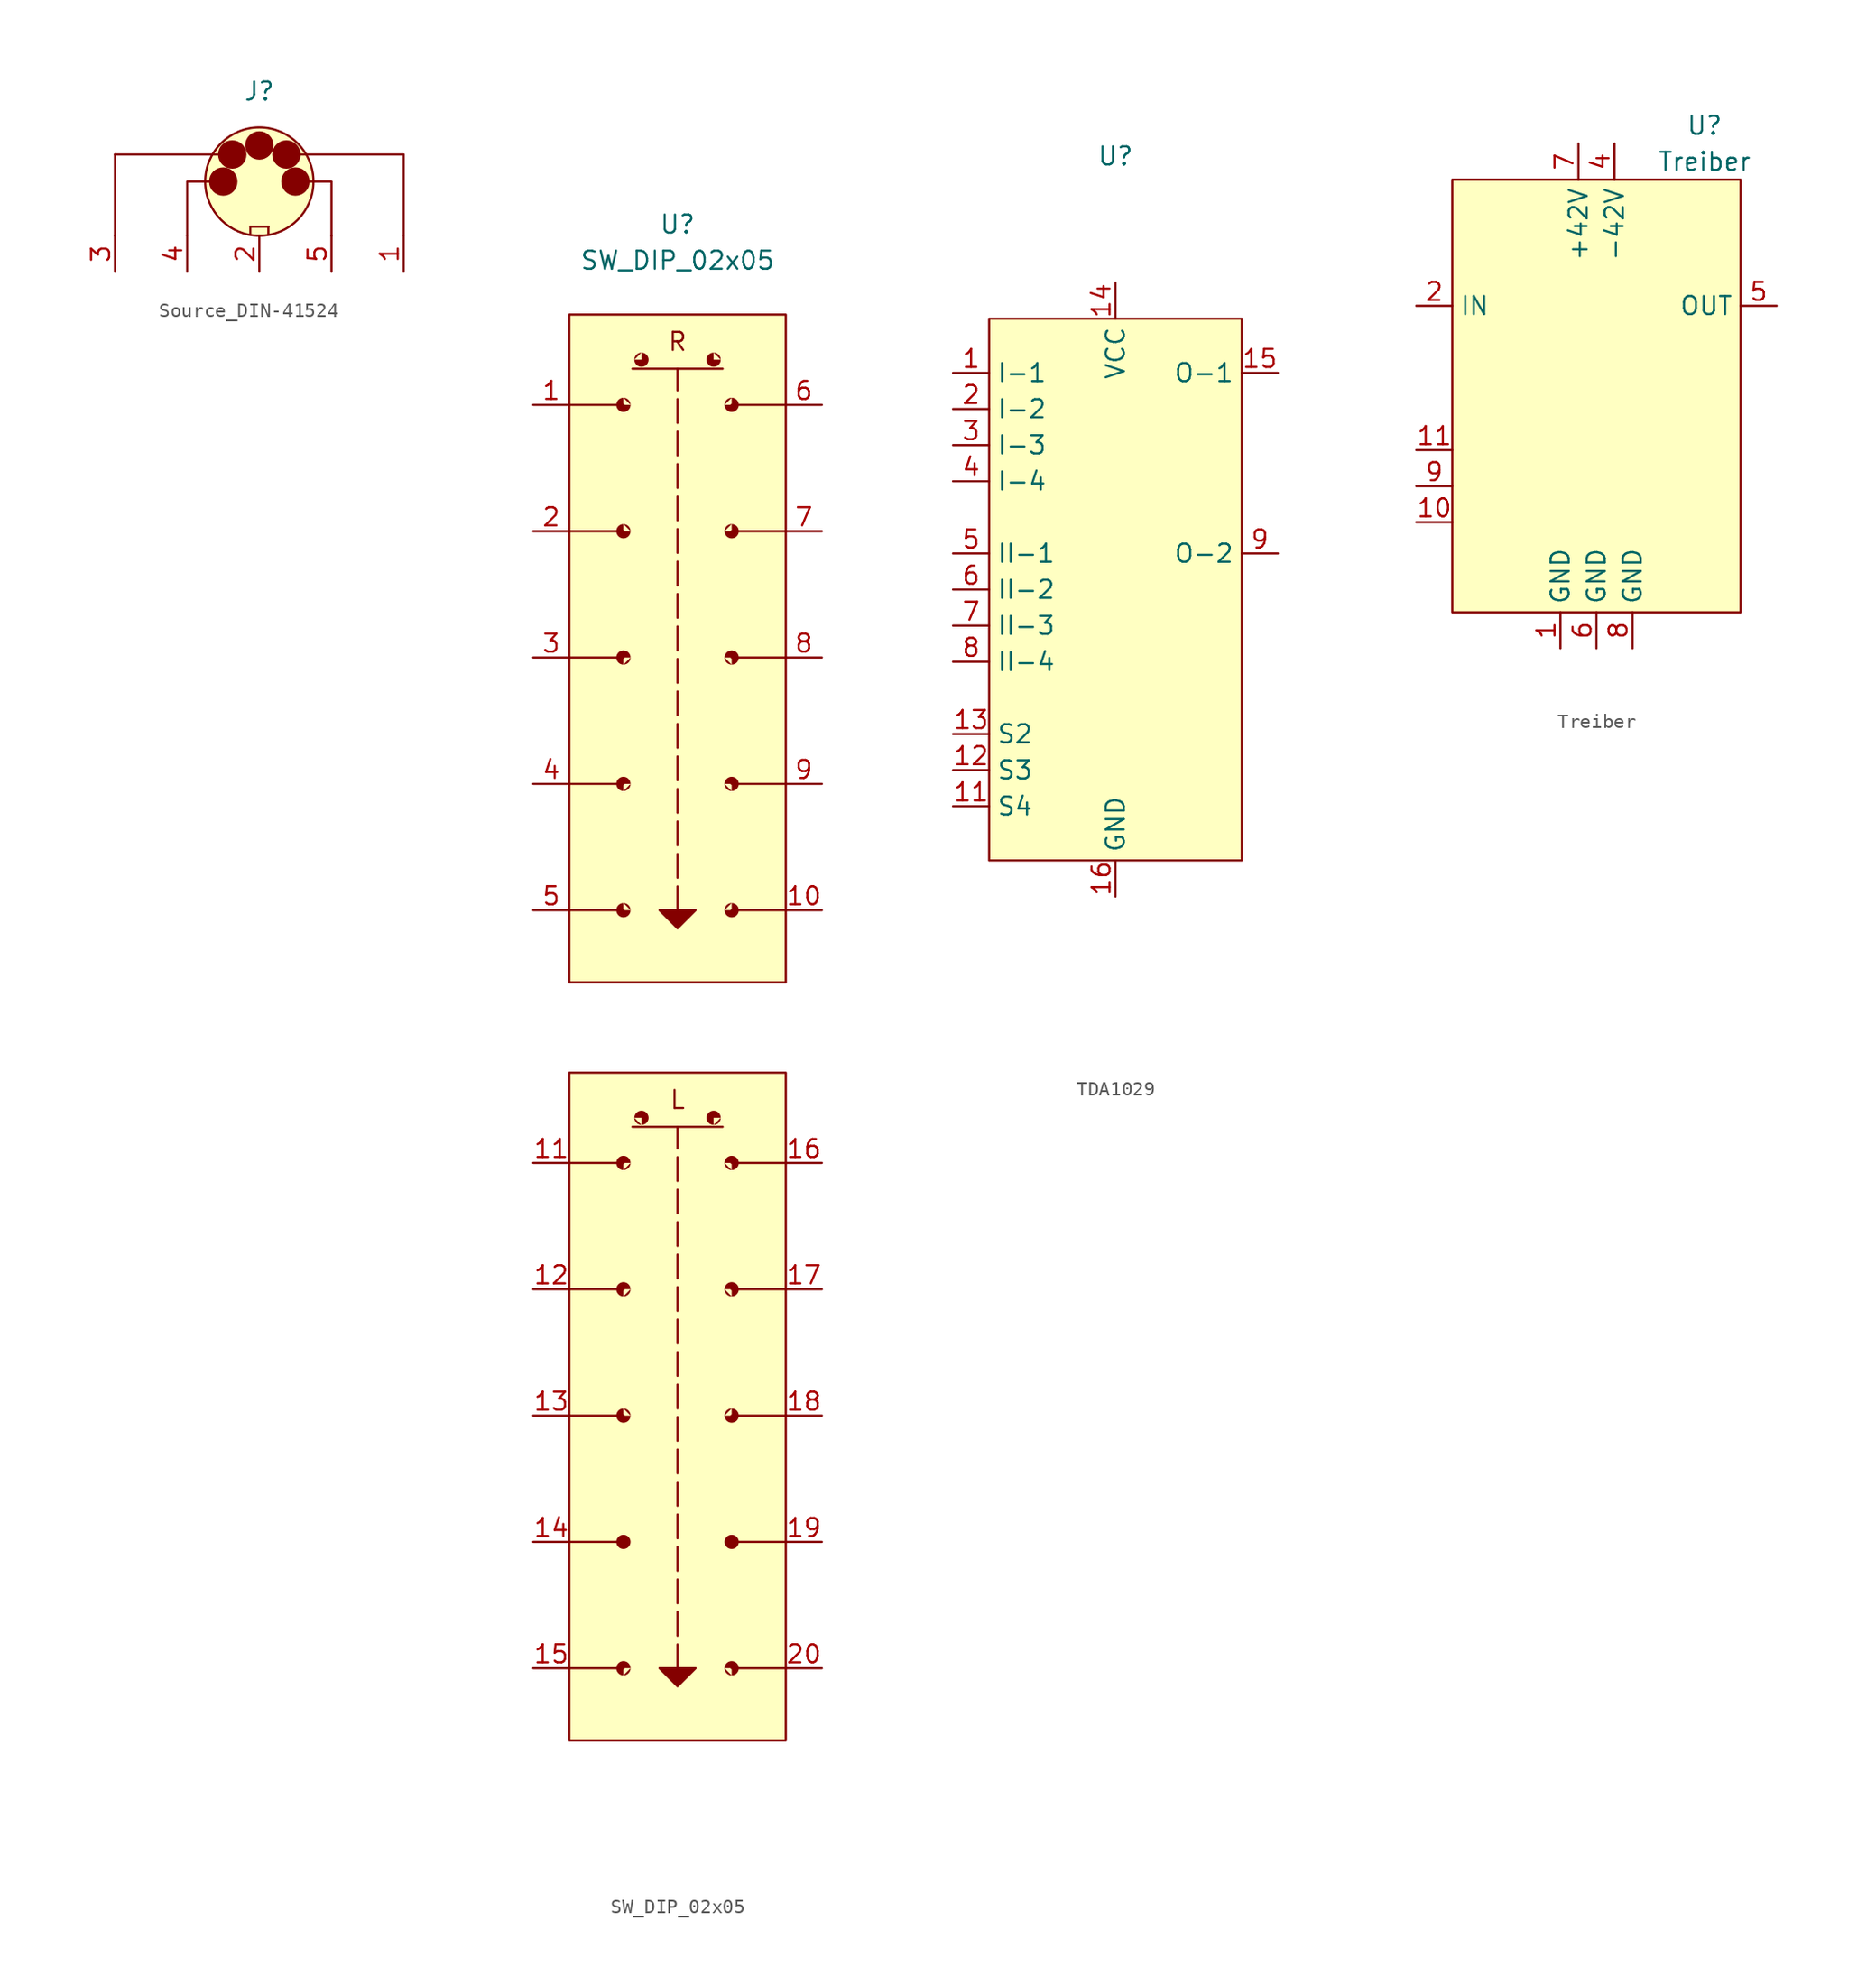
<source format=kicad_sym>
(kicad_symbol_lib
  (version 20220914)
  (generator kicad_symbol_editor)
  (symbol "Source_DIN-41524"
    (property "Reference" "J"
      (at 0 12.7 0)
      (effects (font (size 1.27 1.27))))
    (property "Value" ""
      (at 0 0 0)
      (effects (font (size 1.27 1.27))))
    (symbol "Source_DIN-41524_1_1"
      (circle (center -2.54 6.35) (radius 0.0001) (stroke (width 1) (type default)) (fill (type background)))
      (circle (center -1.905 8.255) (radius 0.0001) (stroke (width 1) (type default)) (fill (type background)))
      (polyline (pts (xy -10.16 2.54) (xy -10.16 8.255)) (stroke (width 0) (type default)) (fill (type none)))
      (polyline (pts (xy -1.905 8.255) (xy -10.16 8.255)) (stroke (width 0) (type default)) (fill (type none)))
      (polyline (pts (xy -0.635 3.175) (xy -0.635 2.667)) (stroke (width 0) (type default)) (fill (type none)))
      (polyline (pts (xy -0.635 3.175) (xy 0.635 3.175)) (stroke (width 0) (type default)) (fill (type none)))
      (polyline (pts (xy 0.635 3.175) (xy 0.635 2.667)) (stroke (width 0) (type default)) (fill (type none)))
      (polyline (pts (xy 0.635 3.175) (xy 0.635 3.175)) (stroke (width 0) (type default)) (fill (type none)))
      (polyline (pts (xy -5.08 2.54) (xy -5.08 6.35) (xy -2.54 6.35)) (stroke (width 0) (type default)) (fill (type none)))
      (polyline (pts (xy 5.08 2.54) (xy 5.08 6.35) (xy 2.54 6.35)) (stroke (width 0) (type default)) (fill (type none)))
      (polyline (pts (xy 10.16 2.54) (xy 10.16 8.255) (xy 1.905 8.255)) (stroke (width 0) (type default)) (fill (type none)))
      (circle (center 0 6.35) (radius 3.81) (stroke (width 0) (type default)) (fill (type background)))
      (circle (center 0 8.89) (radius 0.0001) (stroke (width 1) (type default)) (fill (type background)))
      (circle (center 1.905 8.255) (radius 0.0001) (stroke (width 1) (type default)) (fill (type background)))
      (circle (center 2.54 6.35) (radius 0.0001) (stroke (width 1) (type default)) (fill (type background)))
      (pin input line (at 10.16 0 90) (length 2.54) (name "" (effects (font (size 1.27 1.27)))) (number "1" (effects (font (size 1.27 1.27)))))
      (pin passive line (at 0 0 90) (length 2.54) (name "" (effects (font (size 1.27 1.27)))) (number "2" (effects (font (size 1.27 1.27)))))
      (pin output line (at -10.16 0 90) (length 2.54) (name "" (effects (font (size 1.27 1.27)))) (number "3" (effects (font (size 1.27 1.27)))))
      (pin output line (at -5.08 0 90) (length 2.54) (name "" (effects (font (size 1.27 1.27)))) (number "4" (effects (font (size 1.27 1.27)))))
      (pin input line (at 5.08 0 90) (length 2.54) (name "" (effects (font (size 1.27 1.27)))) (number "5" (effects (font (size 1.27 1.27)))))))
  (symbol "SW_DIP_02x05"
    (property "Reference" "U"
      (at -2.54 29.21 0)
      (effects (font (size 1.27 1.27))))
    (property "Value" "SW_DIP_02x05"
      (at -2.54 26.67 0)
      (effects (font (size 1.27 1.27))))
    (symbol "SW_DIP_02x05_1_1"
      (rectangle (start -10.16 -30.48) (end 5.08 -77.47) (stroke (width 0) (type default)) (fill (type background)))
      (rectangle (start -10.16 22.86) (end 5.08 -24.13) (stroke (width 0) (type default)) (fill (type background)))
      (circle (center -6.35 -72.39) (radius 0.0001) (stroke (width 1) (type default)) (fill (type outline)))
      (circle (center -6.35 -63.5) (radius 0.0001) (stroke (width 1) (type default)) (fill (type outline)))
      (circle (center -6.35 -54.61) (radius 0.0001) (stroke (width 1) (type default)) (fill (type outline)))
      (circle (center -6.35 -45.72) (radius 0.0001) (stroke (width 1) (type default)) (fill (type outline)))
      (circle (center -6.35 -36.83) (radius 0.0001) (stroke (width 1) (type default)) (fill (type outline)))
      (circle (center -6.35 -19.05) (radius 0.0001) (stroke (width 1) (type default)) (fill (type outline)))
      (circle (center -6.35 -10.16) (radius 0.0001) (stroke (width 1) (type default)) (fill (type outline)))
      (circle (center -6.35 -1.27) (radius 0.0001) (stroke (width 1) (type default)) (fill (type outline)))
      (circle (center -6.35 7.62) (radius 0.0001) (stroke (width 1) (type default)) (fill (type outline)))
      (circle (center -6.35 16.51) (radius 0.0001) (stroke (width 1) (type default)) (fill (type outline)))
      (circle (center -5.08 -33.655) (radius 0.0001) (stroke (width 1) (type default)) (fill (type outline)))
      (circle (center -5.08 19.685) (radius 0.0001) (stroke (width 1) (type default)) (fill (type outline)))
      (circle (center 0 -33.655) (radius 0.0001) (stroke (width 1) (type default)) (fill (type outline)))
      (polyline (pts (xy -10.16 -72.39) (xy -6.35 -72.39)) (stroke (width 0) (type default)) (fill (type none)))
      (polyline (pts (xy -10.16 -63.5) (xy -6.35 -63.5)) (stroke (width 0) (type default)) (fill (type none)))
      (polyline (pts (xy -10.16 -54.61) (xy -6.35 -54.61)) (stroke (width 0) (type default)) (fill (type none)))
      (polyline (pts (xy -10.16 -45.72) (xy -6.35 -45.72)) (stroke (width 0) (type default)) (fill (type none)))
      (polyline (pts (xy -10.16 -36.83) (xy -6.35 -36.83)) (stroke (width 0) (type default)) (fill (type none)))
      (polyline (pts (xy -10.16 -19.05) (xy -6.35 -19.05)) (stroke (width 0) (type default)) (fill (type none)))
      (polyline (pts (xy -10.16 -10.16) (xy -6.35 -10.16)) (stroke (width 0) (type default)) (fill (type none)))
      (polyline (pts (xy -10.16 -1.27) (xy -6.35 -1.27)) (stroke (width 0) (type default)) (fill (type none)))
      (polyline (pts (xy -10.16 7.62) (xy -6.35 7.62)) (stroke (width 0) (type default)) (fill (type none)))
      (polyline (pts (xy -10.16 16.51) (xy -6.35 16.51)) (stroke (width 0) (type default)) (fill (type none)))
      (polyline (pts (xy -5.715 -34.29) (xy 0.635 -34.29)) (stroke (width 0) (type default)) (fill (type none)))
      (polyline (pts (xy -5.715 19.05) (xy 0.635 19.05)) (stroke (width 0) (type default)) (fill (type none)))
      (polyline (pts (xy -2.54 -72.39) (xy -2.54 -34.29)) (stroke (width 0) (type dash)) (fill (type none)))
      (polyline (pts (xy -2.54 -19.05) (xy -2.54 19.05)) (stroke (width 0) (type dash)) (fill (type none)))
      (polyline (pts (xy 5.08 -72.39) (xy 1.27 -72.39)) (stroke (width 0) (type default)) (fill (type none)))
      (polyline (pts (xy 5.08 -63.5) (xy 1.27 -63.5)) (stroke (width 0) (type default)) (fill (type none)))
      (polyline (pts (xy 5.08 -54.61) (xy 1.27 -54.61)) (stroke (width 0) (type default)) (fill (type none)))
      (polyline (pts (xy 5.08 -45.72) (xy 1.27 -45.72)) (stroke (width 0) (type default)) (fill (type none)))
      (polyline (pts (xy 5.08 -36.83) (xy 1.27 -36.83)) (stroke (width 0) (type default)) (fill (type none)))
      (polyline (pts (xy 5.08 -19.05) (xy 1.27 -19.05)) (stroke (width 0) (type default)) (fill (type none)))
      (polyline (pts (xy 5.08 -10.16) (xy 1.27 -10.16)) (stroke (width 0) (type default)) (fill (type none)))
      (polyline (pts (xy 5.08 -1.27) (xy 1.27 -1.27)) (stroke (width 0) (type default)) (fill (type none)))
      (polyline (pts (xy 5.08 7.62) (xy 1.27 7.62)) (stroke (width 0) (type default)) (fill (type none)))
      (polyline (pts (xy 5.08 16.51) (xy 1.27 16.51)) (stroke (width 0) (type default)) (fill (type none)))
      (polyline (pts (xy -3.81 -72.39) (xy -1.27 -72.39) (xy -2.54 -73.66) (xy -3.81 -72.39)) (stroke (width 0) (type default)) (fill (type outline)))
      (polyline (pts (xy -3.81 -19.05) (xy -1.27 -19.05) (xy -2.54 -20.32) (xy -3.81 -19.05)) (stroke (width 0) (type default)) (fill (type outline)))
      (circle (center 0 19.685) (radius 0.0001) (stroke (width 1) (type default)) (fill (type outline)))
      (circle (center 1.27 -72.39) (radius 0.0001) (stroke (width 1) (type default)) (fill (type outline)))
      (circle (center 1.27 -63.5) (radius 0.0001) (stroke (width 1) (type default)) (fill (type outline)))
      (circle (center 1.27 -54.61) (radius 0.0001) (stroke (width 1) (type default)) (fill (type outline)))
      (circle (center 1.27 -45.72) (radius 0.0001) (stroke (width 1) (type default)) (fill (type outline)))
      (circle (center 1.27 -36.83) (radius 0.0001) (stroke (width 1) (type default)) (fill (type outline)))
      (circle (center 1.27 -19.05) (radius 0.0001) (stroke (width 1) (type default)) (fill (type outline)))
      (circle (center 1.27 -10.16) (radius 0.0001) (stroke (width 1) (type default)) (fill (type outline)))
      (circle (center 1.27 -1.27) (radius 0.0001) (stroke (width 1) (type default)) (fill (type outline)))
      (circle (center 1.27 7.62) (radius 0.0001) (stroke (width 1) (type default)) (fill (type outline)))
      (circle (center 1.27 16.51) (radius 0.0001) (stroke (width 1) (type default)) (fill (type outline)))
      (text "L" (at -2.54 -32.385 0) (effects (font (size 1.27 1.27))))
      (text "R" (at -2.54 20.955 0) (effects (font (size 1.27 1.27))))
      (pin bidirectional line (at -12.7 16.51 0) (length 2.54) (name "" (effects (font (size 1.27 1.27)))) (number "1" (effects (font (size 1.27 1.27)))))
      (pin bidirectional line (at 7.62 -19.05 180) (length 2.54) (name "" (effects (font (size 1.27 1.27)))) (number "10" (effects (font (size 1.27 1.27)))))
      (pin bidirectional line (at -12.7 -36.83 0) (length 2.54) (name "" (effects (font (size 1.27 1.27)))) (number "11" (effects (font (size 1.27 1.27)))))
      (pin bidirectional line (at -12.7 -45.72 0) (length 2.54) (name "" (effects (font (size 1.27 1.27)))) (number "12" (effects (font (size 1.27 1.27)))))
      (pin bidirectional line (at -12.7 -54.61 0) (length 2.54) (name "" (effects (font (size 1.27 1.27)))) (number "13" (effects (font (size 1.27 1.27)))))
      (pin bidirectional line (at -12.7 -63.5 0) (length 2.54) (name "" (effects (font (size 1.27 1.27)))) (number "14" (effects (font (size 1.27 1.27)))))
      (pin bidirectional line (at -12.7 -72.39 0) (length 2.54) (name "" (effects (font (size 1.27 1.27)))) (number "15" (effects (font (size 1.27 1.27)))))
      (pin bidirectional line (at 7.62 -36.83 180) (length 2.54) (name "" (effects (font (size 1.27 1.27)))) (number "16" (effects (font (size 1.27 1.27)))))
      (pin bidirectional line (at 7.62 -45.72 180) (length 2.54) (name "" (effects (font (size 1.27 1.27)))) (number "17" (effects (font (size 1.27 1.27)))))
      (pin bidirectional line (at 7.62 -54.61 180) (length 2.54) (name "" (effects (font (size 1.27 1.27)))) (number "18" (effects (font (size 1.27 1.27)))))
      (pin bidirectional line (at 7.62 -63.5 180) (length 2.54) (name "" (effects (font (size 1.27 1.27)))) (number "19" (effects (font (size 1.27 1.27)))))
      (pin bidirectional line (at -12.7 7.62 0) (length 2.54) (name "" (effects (font (size 1.27 1.27)))) (number "2" (effects (font (size 1.27 1.27)))))
      (pin bidirectional line (at 7.62 -72.39 180) (length 2.54) (name "" (effects (font (size 1.27 1.27)))) (number "20" (effects (font (size 1.27 1.27)))))
      (pin bidirectional line (at -12.7 -1.27 0) (length 2.54) (name "" (effects (font (size 1.27 1.27)))) (number "3" (effects (font (size 1.27 1.27)))))
      (pin bidirectional line (at -12.7 -10.16 0) (length 2.54) (name "" (effects (font (size 1.27 1.27)))) (number "4" (effects (font (size 1.27 1.27)))))
      (pin bidirectional line (at -12.7 -19.05 0) (length 2.54) (name "" (effects (font (size 1.27 1.27)))) (number "5" (effects (font (size 1.27 1.27)))))
      (pin bidirectional line (at 7.62 16.51 180) (length 2.54) (name "" (effects (font (size 1.27 1.27)))) (number "6" (effects (font (size 1.27 1.27)))))
      (pin bidirectional line (at 7.62 7.62 180) (length 2.54) (name "" (effects (font (size 1.27 1.27)))) (number "7" (effects (font (size 1.27 1.27)))))
      (pin bidirectional line (at 7.62 -1.27 180) (length 2.54) (name "" (effects (font (size 1.27 1.27)))) (number "8" (effects (font (size 1.27 1.27)))))
      (pin bidirectional line (at 7.62 -10.16 180) (length 2.54) (name "" (effects (font (size 1.27 1.27)))) (number "9" (effects (font (size 1.27 1.27)))))))
  (symbol "TDA1029"
    (property "Reference" "U"
      (at 0 11.43 0)
      (effects (font (size 1.27 1.27))))
    (property "Value" ""
      (at -2.54 -46.99 0)
      (effects (font (size 1.27 1.27))))
    (symbol "TDA1029_1_1"
      (rectangle (start -8.89 0) (end 8.89 -38.1) (stroke (width 0) (type default)) (fill (type background)))
      (pin input line (at -11.43 -3.81 0) (length 2.54) (name "I-1" (effects (font (size 1.27 1.27)))) (number "1" (effects (font (size 1.27 1.27)))))
      (pin input line (at -11.43 -34.29 0) (length 2.54) (name "S4" (effects (font (size 1.27 1.27)))) (number "11" (effects (font (size 1.27 1.27)))))
      (pin input line (at -11.43 -31.75 0) (length 2.54) (name "S3" (effects (font (size 1.27 1.27)))) (number "12" (effects (font (size 1.27 1.27)))))
      (pin input line (at -11.43 -29.21 0) (length 2.54) (name "S2" (effects (font (size 1.27 1.27)))) (number "13" (effects (font (size 1.27 1.27)))))
      (pin passive line (at 0 2.54 270) (length 2.54) (name "VCC" (effects (font (size 1.27 1.27)))) (number "14" (effects (font (size 1.27 1.27)))))
      (pin output line (at 11.43 -3.81 180) (length 2.54) (name "O-1" (effects (font (size 1.27 1.27)))) (number "15" (effects (font (size 1.27 1.27)))))
      (pin passive line (at 0 -40.64 90) (length 2.54) (name "GND" (effects (font (size 1.27 1.27)))) (number "16" (effects (font (size 1.27 1.27)))))
      (pin input line (at -11.43 -6.35 0) (length 2.54) (name "I-2" (effects (font (size 1.27 1.27)))) (number "2" (effects (font (size 1.27 1.27)))))
      (pin input line (at -11.43 -8.89 0) (length 2.54) (name "I-3" (effects (font (size 1.27 1.27)))) (number "3" (effects (font (size 1.27 1.27)))))
      (pin input line (at -11.43 -11.43 0) (length 2.54) (name "I-4" (effects (font (size 1.27 1.27)))) (number "4" (effects (font (size 1.27 1.27)))))
      (pin input line (at -11.43 -16.51 0) (length 2.54) (name "II-1" (effects (font (size 1.27 1.27)))) (number "5" (effects (font (size 1.27 1.27)))))
      (pin input line (at -11.43 -19.05 0) (length 2.54) (name "II-2" (effects (font (size 1.27 1.27)))) (number "6" (effects (font (size 1.27 1.27)))))
      (pin input line (at -11.43 -21.59 0) (length 2.54) (name "II-3" (effects (font (size 1.27 1.27)))) (number "7" (effects (font (size 1.27 1.27)))))
      (pin input line (at -11.43 -24.13 0) (length 2.54) (name "II-4" (effects (font (size 1.27 1.27)))) (number "8" (effects (font (size 1.27 1.27)))))
      (pin output line (at 11.43 -16.51 180) (length 2.54) (name "O-2" (effects (font (size 1.27 1.27)))) (number "9" (effects (font (size 1.27 1.27)))))))
  (symbol "Treiber"
    (property "Reference" "U"
      (at 17.78 3.81 0)
      (effects (font (size 1.27 1.27))))
    (property "Value" "Treiber"
      (at 17.78 1.27 0)
      (effects (font (size 1.27 1.27))))
    (symbol "Treiber_1_1"
      (rectangle (start 0 0) (end 20.32 -30.48) (stroke (width 0) (type default)) (fill (type background)))
      (pin power_in line (at 7.62 -33.02 90) (length 2.54) (name "GND" (effects (font (size 1.27 1.27)))) (number "1" (effects (font (size 1.27 1.27)))))
      (pin input line (at -2.54 -24.13 0) (length 2.54) (name "" (effects (font (size 1.27 1.27)))) (number "10" (effects (font (size 1.27 1.27)))))
      (pin input line (at -2.54 -19.05 0) (length 2.54) (name "" (effects (font (size 1.27 1.27)))) (number "11" (effects (font (size 1.27 1.27)))))
      (pin input line (at -2.54 -8.89 0) (length 2.54) (name "IN" (effects (font (size 1.27 1.27)))) (number "2" (effects (font (size 1.27 1.27)))))
      (pin power_in line (at 11.43 2.54 270) (length 2.54) (name "-42V" (effects (font (size 1.27 1.27)))) (number "4" (effects (font (size 1.27 1.27)))))
      (pin output line (at 22.86 -8.89 180) (length 2.54) (name "OUT" (effects (font (size 1.27 1.27)))) (number "5" (effects (font (size 1.27 1.27)))))
      (pin power_in line (at 10.16 -33.02 90) (length 2.54) (name "GND" (effects (font (size 1.27 1.27)))) (number "6" (effects (font (size 1.27 1.27)))))
      (pin power_in line (at 8.89 2.54 270) (length 2.54) (name "+42V" (effects (font (size 1.27 1.27)))) (number "7" (effects (font (size 1.27 1.27)))))
      (pin power_in line (at 12.7 -33.02 90) (length 2.54) (name "GND" (effects (font (size 1.27 1.27)))) (number "8" (effects (font (size 1.27 1.27)))))
      (pin input line (at -2.54 -21.59 0) (length 2.54) (name "" (effects (font (size 1.27 1.27)))) (number "9" (effects (font (size 1.27 1.27))))))))
</source>
